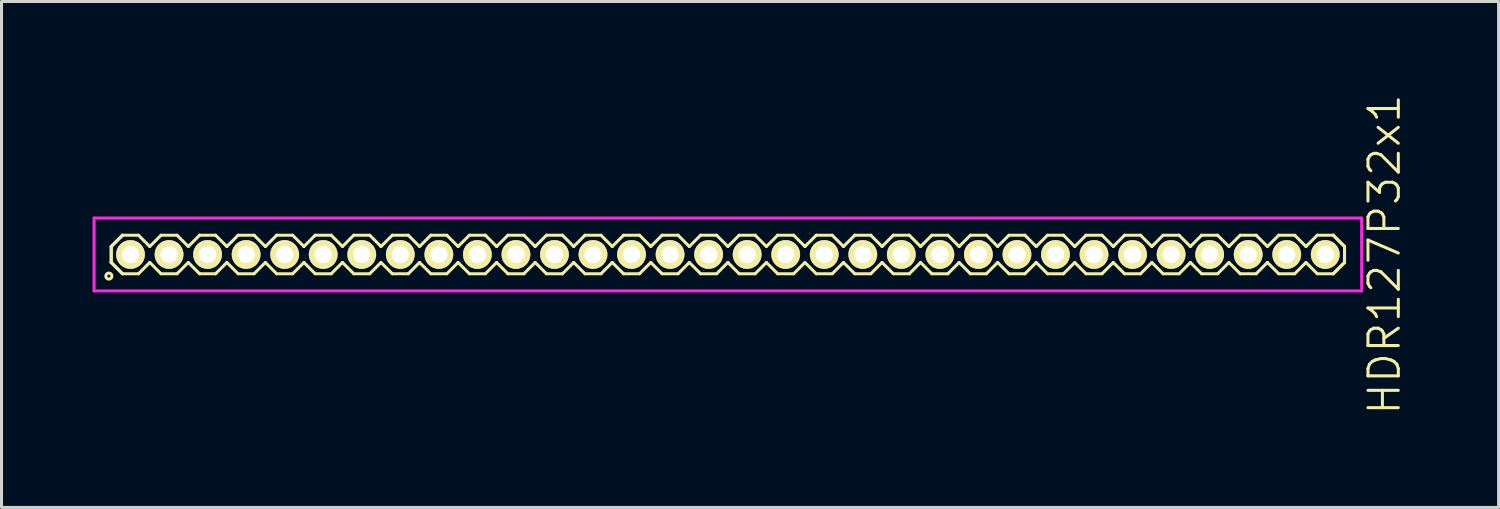
<source format=kicad_pcb>
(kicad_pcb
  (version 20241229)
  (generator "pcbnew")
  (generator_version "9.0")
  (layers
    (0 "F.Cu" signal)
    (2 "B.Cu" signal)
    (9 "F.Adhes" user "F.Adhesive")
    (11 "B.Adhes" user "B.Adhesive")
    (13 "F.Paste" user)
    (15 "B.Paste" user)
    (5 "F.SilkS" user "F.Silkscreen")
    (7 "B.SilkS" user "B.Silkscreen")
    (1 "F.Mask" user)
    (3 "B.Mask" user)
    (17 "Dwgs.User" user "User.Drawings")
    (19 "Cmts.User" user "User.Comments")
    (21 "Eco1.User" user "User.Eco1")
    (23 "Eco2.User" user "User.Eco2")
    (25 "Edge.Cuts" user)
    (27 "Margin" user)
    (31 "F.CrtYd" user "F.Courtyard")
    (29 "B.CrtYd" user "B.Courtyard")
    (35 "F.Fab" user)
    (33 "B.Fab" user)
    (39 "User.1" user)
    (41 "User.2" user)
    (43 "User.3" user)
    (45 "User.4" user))
  (footprint "HDR127P32x1"
    (layer "F.Cu")
    (at 20.935 5.336)
    (property "Reference" "HDR127P32x1" (at 21.635 0 90) (layer "F.SilkS") (effects (font (size 1 1) (thickness 0.1))))
    (attr through_hole)
    (fp_line (start -20.32 -0.263) (end -19.948 -0.635) (stroke (width 0.1) (type solid)) (layer "F.SilkS"))
    (fp_line (start -20.32 -0.263) (end -19.948 -0.635) (stroke (width 0.1) (type solid)) (layer "F.SilkS"))
    (fp_line (start -20.32 0.263) (end -20.32 -0.263) (stroke (width 0.1) (type solid)) (layer "F.SilkS"))
    (fp_line (start -20.32 0.263) (end -20.32 -0.263) (stroke (width 0.1) (type solid)) (layer "F.SilkS"))
    (fp_line (start -19.948 -0.635) (end -19.422 -0.635) (stroke (width 0.1) (type solid)) (layer "F.SilkS"))
    (fp_line (start -19.948 0.635) (end -20.32 0.263) (stroke (width 0.1) (type solid)) (layer "F.SilkS"))
    (fp_line (start -19.948 0.635) (end -20.32 0.263) (stroke (width 0.1) (type solid)) (layer "F.SilkS"))
    (fp_line (start -19.422 -0.635) (end -19.05 -0.263) (stroke (width 0.1) (type solid)) (layer "F.SilkS"))
    (fp_line (start -19.422 0.635) (end -19.948 0.635) (stroke (width 0.1) (type solid)) (layer "F.SilkS"))
    (fp_line (start -19.05 -0.263) (end -18.678 -0.635) (stroke (width 0.1) (type solid)) (layer "F.SilkS"))
    (fp_line (start -19.05 0.263) (end -19.422 0.635) (stroke (width 0.1) (type solid)) (layer "F.SilkS"))
    (fp_line (start -18.678 -0.635) (end -18.152 -0.635) (stroke (width 0.1) (type solid)) (layer "F.SilkS"))
    (fp_line (start -18.678 0.635) (end -19.05 0.263) (stroke (width 0.1) (type solid)) (layer "F.SilkS"))
    (fp_line (start -18.152 -0.635) (end -17.78 -0.263) (stroke (width 0.1) (type solid)) (layer "F.SilkS"))
    (fp_line (start -18.152 0.635) (end -18.678 0.635) (stroke (width 0.1) (type solid)) (layer "F.SilkS"))
    (fp_line (start -17.78 -0.263) (end -17.408 -0.635) (stroke (width 0.1) (type solid)) (layer "F.SilkS"))
    (fp_line (start -17.78 0.263) (end -18.152 0.635) (stroke (width 0.1) (type solid)) (layer "F.SilkS"))
    (fp_line (start -17.408 -0.635) (end -16.882 -0.635) (stroke (width 0.1) (type solid)) (layer "F.SilkS"))
    (fp_line (start -17.408 0.635) (end -17.78 0.263) (stroke (width 0.1) (type solid)) (layer "F.SilkS"))
    (fp_line (start -16.882 -0.635) (end -16.51 -0.263) (stroke (width 0.1) (type solid)) (layer "F.SilkS"))
    (fp_line (start -16.882 0.635) (end -17.408 0.635) (stroke (width 0.1) (type solid)) (layer "F.SilkS"))
    (fp_line (start -16.51 -0.263) (end -16.138 -0.635) (stroke (width 0.1) (type solid)) (layer "F.SilkS"))
    (fp_line (start -16.51 0.263) (end -16.882 0.635) (stroke (width 0.1) (type solid)) (layer "F.SilkS"))
    (fp_line (start -16.138 -0.635) (end -15.612 -0.635) (stroke (width 0.1) (type solid)) (layer "F.SilkS"))
    (fp_line (start -16.138 0.635) (end -16.51 0.263) (stroke (width 0.1) (type solid)) (layer "F.SilkS"))
    (fp_line (start -15.612 -0.635) (end -15.24 -0.263) (stroke (width 0.1) (type solid)) (layer "F.SilkS"))
    (fp_line (start -15.612 0.635) (end -16.138 0.635) (stroke (width 0.1) (type solid)) (layer "F.SilkS"))
    (fp_line (start -15.24 -0.263) (end -14.868 -0.635) (stroke (width 0.1) (type solid)) (layer "F.SilkS"))
    (fp_line (start -15.24 0.263) (end -15.612 0.635) (stroke (width 0.1) (type solid)) (layer "F.SilkS"))
    (fp_line (start -14.868 -0.635) (end -14.342 -0.635) (stroke (width 0.1) (type solid)) (layer "F.SilkS"))
    (fp_line (start -14.868 0.635) (end -15.24 0.263) (stroke (width 0.1) (type solid)) (layer "F.SilkS"))
    (fp_line (start -14.342 -0.635) (end -13.97 -0.263) (stroke (width 0.1) (type solid)) (layer "F.SilkS"))
    (fp_line (start -14.342 0.635) (end -14.868 0.635) (stroke (width 0.1) (type solid)) (layer "F.SilkS"))
    (fp_line (start -13.97 -0.263) (end -13.598 -0.635) (stroke (width 0.1) (type solid)) (layer "F.SilkS"))
    (fp_line (start -13.97 0.263) (end -14.342 0.635) (stroke (width 0.1) (type solid)) (layer "F.SilkS"))
    (fp_line (start -13.598 -0.635) (end -13.072 -0.635) (stroke (width 0.1) (type solid)) (layer "F.SilkS"))
    (fp_line (start -13.598 0.635) (end -13.97 0.263) (stroke (width 0.1) (type solid)) (layer "F.SilkS"))
    (fp_line (start -13.072 -0.635) (end -12.7 -0.263) (stroke (width 0.1) (type solid)) (layer "F.SilkS"))
    (fp_line (start -13.072 0.635) (end -13.598 0.635) (stroke (width 0.1) (type solid)) (layer "F.SilkS"))
    (fp_line (start -12.7 -0.263) (end -12.328 -0.635) (stroke (width 0.1) (type solid)) (layer "F.SilkS"))
    (fp_line (start -12.7 0.263) (end -13.072 0.635) (stroke (width 0.1) (type solid)) (layer "F.SilkS"))
    (fp_line (start -12.328 -0.635) (end -11.802 -0.635) (stroke (width 0.1) (type solid)) (layer "F.SilkS"))
    (fp_line (start -12.328 0.635) (end -12.7 0.263) (stroke (width 0.1) (type solid)) (layer "F.SilkS"))
    (fp_line (start -11.802 -0.635) (end -11.43 -0.263) (stroke (width 0.1) (type solid)) (layer "F.SilkS"))
    (fp_line (start -11.802 0.635) (end -12.328 0.635) (stroke (width 0.1) (type solid)) (layer "F.SilkS"))
    (fp_line (start -11.43 -0.263) (end -11.058 -0.635) (stroke (width 0.1) (type solid)) (layer "F.SilkS"))
    (fp_line (start -11.43 0.263) (end -11.802 0.635) (stroke (width 0.1) (type solid)) (layer "F.SilkS"))
    (fp_line (start -11.058 -0.635) (end -10.532 -0.635) (stroke (width 0.1) (type solid)) (layer "F.SilkS"))
    (fp_line (start -11.058 0.635) (end -11.43 0.263) (stroke (width 0.1) (type solid)) (layer "F.SilkS"))
    (fp_line (start -10.532 -0.635) (end -10.16 -0.263) (stroke (width 0.1) (type solid)) (layer "F.SilkS"))
    (fp_line (start -10.532 0.635) (end -11.058 0.635) (stroke (width 0.1) (type solid)) (layer "F.SilkS"))
    (fp_line (start -10.16 -0.263) (end -9.788 -0.635) (stroke (width 0.1) (type solid)) (layer "F.SilkS"))
    (fp_line (start -10.16 0.263) (end -10.532 0.635) (stroke (width 0.1) (type solid)) (layer "F.SilkS"))
    (fp_line (start -9.788 -0.635) (end -9.262 -0.635) (stroke (width 0.1) (type solid)) (layer "F.SilkS"))
    (fp_line (start -9.788 0.635) (end -10.16 0.263) (stroke (width 0.1) (type solid)) (layer "F.SilkS"))
    (fp_line (start -9.262 -0.635) (end -8.89 -0.263) (stroke (width 0.1) (type solid)) (layer "F.SilkS"))
    (fp_line (start -9.262 0.635) (end -9.788 0.635) (stroke (width 0.1) (type solid)) (layer "F.SilkS"))
    (fp_line (start -8.89 -0.263) (end -8.518 -0.635) (stroke (width 0.1) (type solid)) (layer "F.SilkS"))
    (fp_line (start -8.89 0.263) (end -9.262 0.635) (stroke (width 0.1) (type solid)) (layer "F.SilkS"))
    (fp_line (start -8.518 -0.635) (end -7.992 -0.635) (stroke (width 0.1) (type solid)) (layer "F.SilkS"))
    (fp_line (start -8.518 0.635) (end -8.89 0.263) (stroke (width 0.1) (type solid)) (layer "F.SilkS"))
    (fp_line (start -7.992 -0.635) (end -7.62 -0.263) (stroke (width 0.1) (type solid)) (layer "F.SilkS"))
    (fp_line (start -7.992 0.635) (end -8.518 0.635) (stroke (width 0.1) (type solid)) (layer "F.SilkS"))
    (fp_line (start -7.62 -0.263) (end -7.248 -0.635) (stroke (width 0.1) (type solid)) (layer "F.SilkS"))
    (fp_line (start -7.62 0.263) (end -7.992 0.635) (stroke (width 0.1) (type solid)) (layer "F.SilkS"))
    (fp_line (start -7.248 -0.635) (end -6.722 -0.635) (stroke (width 0.1) (type solid)) (layer "F.SilkS"))
    (fp_line (start -7.248 0.635) (end -7.62 0.263) (stroke (width 0.1) (type solid)) (layer "F.SilkS"))
    (fp_line (start -6.722 -0.635) (end -6.35 -0.263) (stroke (width 0.1) (type solid)) (layer "F.SilkS"))
    (fp_line (start -6.722 0.635) (end -7.248 0.635) (stroke (width 0.1) (type solid)) (layer "F.SilkS"))
    (fp_line (start -6.35 -0.263) (end -5.978 -0.635) (stroke (width 0.1) (type solid)) (layer "F.SilkS"))
    (fp_line (start -6.35 0.263) (end -6.722 0.635) (stroke (width 0.1) (type solid)) (layer "F.SilkS"))
    (fp_line (start -5.978 -0.635) (end -5.452 -0.635) (stroke (width 0.1) (type solid)) (layer "F.SilkS"))
    (fp_line (start -5.978 0.635) (end -6.35 0.263) (stroke (width 0.1) (type solid)) (layer "F.SilkS"))
    (fp_line (start -5.452 -0.635) (end -5.08 -0.263) (stroke (width 0.1) (type solid)) (layer "F.SilkS"))
    (fp_line (start -5.452 0.635) (end -5.978 0.635) (stroke (width 0.1) (type solid)) (layer "F.SilkS"))
    (fp_line (start -5.08 -0.263) (end -4.708 -0.635) (stroke (width 0.1) (type solid)) (layer "F.SilkS"))
    (fp_line (start -5.08 0.263) (end -5.452 0.635) (stroke (width 0.1) (type solid)) (layer "F.SilkS"))
    (fp_line (start -4.708 -0.635) (end -4.182 -0.635) (stroke (width 0.1) (type solid)) (layer "F.SilkS"))
    (fp_line (start -4.708 0.635) (end -5.08 0.263) (stroke (width 0.1) (type solid)) (layer "F.SilkS"))
    (fp_line (start -4.182 -0.635) (end -3.81 -0.263) (stroke (width 0.1) (type solid)) (layer "F.SilkS"))
    (fp_line (start -4.182 0.635) (end -4.708 0.635) (stroke (width 0.1) (type solid)) (layer "F.SilkS"))
    (fp_line (start -3.81 -0.263) (end -3.438 -0.635) (stroke (width 0.1) (type solid)) (layer "F.SilkS"))
    (fp_line (start -3.81 0.263) (end -4.182 0.635) (stroke (width 0.1) (type solid)) (layer "F.SilkS"))
    (fp_line (start -3.438 -0.635) (end -2.912 -0.635) (stroke (width 0.1) (type solid)) (layer "F.SilkS"))
    (fp_line (start -3.438 0.635) (end -3.81 0.263) (stroke (width 0.1) (type solid)) (layer "F.SilkS"))
    (fp_line (start -2.912 -0.635) (end -2.54 -0.263) (stroke (width 0.1) (type solid)) (layer "F.SilkS"))
    (fp_line (start -2.912 0.635) (end -3.438 0.635) (stroke (width 0.1) (type solid)) (layer "F.SilkS"))
    (fp_line (start -2.54 -0.263) (end -2.168 -0.635) (stroke (width 0.1) (type solid)) (layer "F.SilkS"))
    (fp_line (start -2.54 0.263) (end -2.912 0.635) (stroke (width 0.1) (type solid)) (layer "F.SilkS"))
    (fp_line (start -2.168 -0.635) (end -1.642 -0.635) (stroke (width 0.1) (type solid)) (layer "F.SilkS"))
    (fp_line (start -2.168 0.635) (end -2.54 0.263) (stroke (width 0.1) (type solid)) (layer "F.SilkS"))
    (fp_line (start -1.642 -0.635) (end -1.27 -0.263) (stroke (width 0.1) (type solid)) (layer "F.SilkS"))
    (fp_line (start -1.642 0.635) (end -2.168 0.635) (stroke (width 0.1) (type solid)) (layer "F.SilkS"))
    (fp_line (start -1.27 -0.263) (end -0.898 -0.635) (stroke (width 0.1) (type solid)) (layer "F.SilkS"))
    (fp_line (start -1.27 0.263) (end -1.642 0.635) (stroke (width 0.1) (type solid)) (layer "F.SilkS"))
    (fp_line (start -0.898 -0.635) (end -0.372 -0.635) (stroke (width 0.1) (type solid)) (layer "F.SilkS"))
    (fp_line (start -0.898 0.635) (end -1.27 0.263) (stroke (width 0.1) (type solid)) (layer "F.SilkS"))
    (fp_line (start -0.372 -0.635) (end 0 -0.263) (stroke (width 0.1) (type solid)) (layer "F.SilkS"))
    (fp_line (start -0.372 0.635) (end -0.898 0.635) (stroke (width 0.1) (type solid)) (layer "F.SilkS"))
    (fp_line (start 0 -0.263) (end 0.372 -0.635) (stroke (width 0.1) (type solid)) (layer "F.SilkS"))
    (fp_line (start 0 0.263) (end -0.372 0.635) (stroke (width 0.1) (type solid)) (layer "F.SilkS"))
    (fp_line (start 0.372 -0.635) (end 0.898 -0.635) (stroke (width 0.1) (type solid)) (layer "F.SilkS"))
    (fp_line (start 0.372 0.635) (end 0 0.263) (stroke (width 0.1) (type solid)) (layer "F.SilkS"))
    (fp_line (start 0.898 -0.635) (end 1.27 -0.263) (stroke (width 0.1) (type solid)) (layer "F.SilkS"))
    (fp_line (start 0.898 0.635) (end 0.372 0.635) (stroke (width 0.1) (type solid)) (layer "F.SilkS"))
    (fp_line (start 1.27 -0.263) (end 1.642 -0.635) (stroke (width 0.1) (type solid)) (layer "F.SilkS"))
    (fp_line (start 1.27 0.263) (end 0.898 0.635) (stroke (width 0.1) (type solid)) (layer "F.SilkS"))
    (fp_line (start 1.642 -0.635) (end 2.168 -0.635) (stroke (width 0.1) (type solid)) (layer "F.SilkS"))
    (fp_line (start 1.642 0.635) (end 1.27 0.263) (stroke (width 0.1) (type solid)) (layer "F.SilkS"))
    (fp_line (start 2.168 -0.635) (end 2.54 -0.263) (stroke (width 0.1) (type solid)) (layer "F.SilkS"))
    (fp_line (start 2.168 0.635) (end 1.642 0.635) (stroke (width 0.1) (type solid)) (layer "F.SilkS"))
    (fp_line (start 2.54 -0.263) (end 2.912 -0.635) (stroke (width 0.1) (type solid)) (layer "F.SilkS"))
    (fp_line (start 2.54 0.263) (end 2.168 0.635) (stroke (width 0.1) (type solid)) (layer "F.SilkS"))
    (fp_line (start 2.912 -0.635) (end 3.438 -0.635) (stroke (width 0.1) (type solid)) (layer "F.SilkS"))
    (fp_line (start 2.912 0.635) (end 2.54 0.263) (stroke (width 0.1) (type solid)) (layer "F.SilkS"))
    (fp_line (start 3.438 -0.635) (end 3.81 -0.263) (stroke (width 0.1) (type solid)) (layer "F.SilkS"))
    (fp_line (start 3.438 0.635) (end 2.912 0.635) (stroke (width 0.1) (type solid)) (layer "F.SilkS"))
    (fp_line (start 3.81 -0.263) (end 4.182 -0.635) (stroke (width 0.1) (type solid)) (layer "F.SilkS"))
    (fp_line (start 3.81 0.263) (end 3.438 0.635) (stroke (width 0.1) (type solid)) (layer "F.SilkS"))
    (fp_line (start 4.182 -0.635) (end 4.708 -0.635) (stroke (width 0.1) (type solid)) (layer "F.SilkS"))
    (fp_line (start 4.182 0.635) (end 3.81 0.263) (stroke (width 0.1) (type solid)) (layer "F.SilkS"))
    (fp_line (start 4.708 -0.635) (end 5.08 -0.263) (stroke (width 0.1) (type solid)) (layer "F.SilkS"))
    (fp_line (start 4.708 0.635) (end 4.182 0.635) (stroke (width 0.1) (type solid)) (layer "F.SilkS"))
    (fp_line (start 5.08 -0.263) (end 5.452 -0.635) (stroke (width 0.1) (type solid)) (layer "F.SilkS"))
    (fp_line (start 5.08 0.263) (end 4.708 0.635) (stroke (width 0.1) (type solid)) (layer "F.SilkS"))
    (fp_line (start 5.452 -0.635) (end 5.978 -0.635) (stroke (width 0.1) (type solid)) (layer "F.SilkS"))
    (fp_line (start 5.452 0.635) (end 5.08 0.263) (stroke (width 0.1) (type solid)) (layer "F.SilkS"))
    (fp_line (start 5.978 -0.635) (end 6.35 -0.263) (stroke (width 0.1) (type solid)) (layer "F.SilkS"))
    (fp_line (start 5.978 0.635) (end 5.452 0.635) (stroke (width 0.1) (type solid)) (layer "F.SilkS"))
    (fp_line (start 6.35 -0.263) (end 6.722 -0.635) (stroke (width 0.1) (type solid)) (layer "F.SilkS"))
    (fp_line (start 6.35 0.263) (end 5.978 0.635) (stroke (width 0.1) (type solid)) (layer "F.SilkS"))
    (fp_line (start 6.722 -0.635) (end 7.248 -0.635) (stroke (width 0.1) (type solid)) (layer "F.SilkS"))
    (fp_line (start 6.722 0.635) (end 6.35 0.263) (stroke (width 0.1) (type solid)) (layer "F.SilkS"))
    (fp_line (start 7.248 -0.635) (end 7.62 -0.263) (stroke (width 0.1) (type solid)) (layer "F.SilkS"))
    (fp_line (start 7.248 0.635) (end 6.722 0.635) (stroke (width 0.1) (type solid)) (layer "F.SilkS"))
    (fp_line (start 7.62 -0.263) (end 7.992 -0.635) (stroke (width 0.1) (type solid)) (layer "F.SilkS"))
    (fp_line (start 7.62 0.263) (end 7.248 0.635) (stroke (width 0.1) (type solid)) (layer "F.SilkS"))
    (fp_line (start 7.992 -0.635) (end 8.518 -0.635) (stroke (width 0.1) (type solid)) (layer "F.SilkS"))
    (fp_line (start 7.992 0.635) (end 7.62 0.263) (stroke (width 0.1) (type solid)) (layer "F.SilkS"))
    (fp_line (start 8.518 -0.635) (end 8.89 -0.263) (stroke (width 0.1) (type solid)) (layer "F.SilkS"))
    (fp_line (start 8.518 0.635) (end 7.992 0.635) (stroke (width 0.1) (type solid)) (layer "F.SilkS"))
    (fp_line (start 8.89 -0.263) (end 9.262 -0.635) (stroke (width 0.1) (type solid)) (layer "F.SilkS"))
    (fp_line (start 8.89 0.263) (end 8.518 0.635) (stroke (width 0.1) (type solid)) (layer "F.SilkS"))
    (fp_line (start 9.262 -0.635) (end 9.788 -0.635) (stroke (width 0.1) (type solid)) (layer "F.SilkS"))
    (fp_line (start 9.262 0.635) (end 8.89 0.263) (stroke (width 0.1) (type solid)) (layer "F.SilkS"))
    (fp_line (start 9.788 -0.635) (end 10.16 -0.263) (stroke (width 0.1) (type solid)) (layer "F.SilkS"))
    (fp_line (start 9.788 0.635) (end 9.262 0.635) (stroke (width 0.1) (type solid)) (layer "F.SilkS"))
    (fp_line (start 10.16 -0.263) (end 10.532 -0.635) (stroke (width 0.1) (type solid)) (layer "F.SilkS"))
    (fp_line (start 10.16 0.263) (end 9.788 0.635) (stroke (width 0.1) (type solid)) (layer "F.SilkS"))
    (fp_line (start 10.532 -0.635) (end 11.058 -0.635) (stroke (width 0.1) (type solid)) (layer "F.SilkS"))
    (fp_line (start 10.532 0.635) (end 10.16 0.263) (stroke (width 0.1) (type solid)) (layer "F.SilkS"))
    (fp_line (start 11.058 -0.635) (end 11.43 -0.263) (stroke (width 0.1) (type solid)) (layer "F.SilkS"))
    (fp_line (start 11.058 0.635) (end 10.532 0.635) (stroke (width 0.1) (type solid)) (layer "F.SilkS"))
    (fp_line (start 11.43 -0.263) (end 11.802 -0.635) (stroke (width 0.1) (type solid)) (layer "F.SilkS"))
    (fp_line (start 11.43 0.263) (end 11.058 0.635) (stroke (width 0.1) (type solid)) (layer "F.SilkS"))
    (fp_line (start 11.802 -0.635) (end 12.328 -0.635) (stroke (width 0.1) (type solid)) (layer "F.SilkS"))
    (fp_line (start 11.802 0.635) (end 11.43 0.263) (stroke (width 0.1) (type solid)) (layer "F.SilkS"))
    (fp_line (start 12.328 -0.635) (end 12.7 -0.263) (stroke (width 0.1) (type solid)) (layer "F.SilkS"))
    (fp_line (start 12.328 0.635) (end 11.802 0.635) (stroke (width 0.1) (type solid)) (layer "F.SilkS"))
    (fp_line (start 12.7 -0.263) (end 13.072 -0.635) (stroke (width 0.1) (type solid)) (layer "F.SilkS"))
    (fp_line (start 12.7 0.263) (end 12.328 0.635) (stroke (width 0.1) (type solid)) (layer "F.SilkS"))
    (fp_line (start 13.072 -0.635) (end 13.598 -0.635) (stroke (width 0.1) (type solid)) (layer "F.SilkS"))
    (fp_line (start 13.072 0.635) (end 12.7 0.263) (stroke (width 0.1) (type solid)) (layer "F.SilkS"))
    (fp_line (start 13.598 -0.635) (end 13.97 -0.263) (stroke (width 0.1) (type solid)) (layer "F.SilkS"))
    (fp_line (start 13.598 0.635) (end 13.072 0.635) (stroke (width 0.1) (type solid)) (layer "F.SilkS"))
    (fp_line (start 13.97 -0.263) (end 14.342 -0.635) (stroke (width 0.1) (type solid)) (layer "F.SilkS"))
    (fp_line (start 13.97 0.263) (end 13.598 0.635) (stroke (width 0.1) (type solid)) (layer "F.SilkS"))
    (fp_line (start 14.342 -0.635) (end 14.868 -0.635) (stroke (width 0.1) (type solid)) (layer "F.SilkS"))
    (fp_line (start 14.342 0.635) (end 13.97 0.263) (stroke (width 0.1) (type solid)) (layer "F.SilkS"))
    (fp_line (start 14.868 -0.635) (end 15.24 -0.263) (stroke (width 0.1) (type solid)) (layer "F.SilkS"))
    (fp_line (start 14.868 0.635) (end 14.342 0.635) (stroke (width 0.1) (type solid)) (layer "F.SilkS"))
    (fp_line (start 15.24 -0.263) (end 15.612 -0.635) (stroke (width 0.1) (type solid)) (layer "F.SilkS"))
    (fp_line (start 15.24 0.263) (end 14.868 0.635) (stroke (width 0.1) (type solid)) (layer "F.SilkS"))
    (fp_line (start 15.612 -0.635) (end 16.138 -0.635) (stroke (width 0.1) (type solid)) (layer "F.SilkS"))
    (fp_line (start 15.612 0.635) (end 15.24 0.263) (stroke (width 0.1) (type solid)) (layer "F.SilkS"))
    (fp_line (start 16.138 -0.635) (end 16.51 -0.263) (stroke (width 0.1) (type solid)) (layer "F.SilkS"))
    (fp_line (start 16.138 0.635) (end 15.612 0.635) (stroke (width 0.1) (type solid)) (layer "F.SilkS"))
    (fp_line (start 16.51 -0.263) (end 16.882 -0.635) (stroke (width 0.1) (type solid)) (layer "F.SilkS"))
    (fp_line (start 16.51 0.263) (end 16.138 0.635) (stroke (width 0.1) (type solid)) (layer "F.SilkS"))
    (fp_line (start 16.882 -0.635) (end 17.408 -0.635) (stroke (width 0.1) (type solid)) (layer "F.SilkS"))
    (fp_line (start 16.882 0.635) (end 16.51 0.263) (stroke (width 0.1) (type solid)) (layer "F.SilkS"))
    (fp_line (start 17.408 -0.635) (end 17.78 -0.263) (stroke (width 0.1) (type solid)) (layer "F.SilkS"))
    (fp_line (start 17.408 0.635) (end 16.882 0.635) (stroke (width 0.1) (type solid)) (layer "F.SilkS"))
    (fp_line (start 17.78 -0.263) (end 18.152 -0.635) (stroke (width 0.1) (type solid)) (layer "F.SilkS"))
    (fp_line (start 17.78 0.263) (end 17.408 0.635) (stroke (width 0.1) (type solid)) (layer "F.SilkS"))
    (fp_line (start 18.152 -0.635) (end 18.678 -0.635) (stroke (width 0.1) (type solid)) (layer "F.SilkS"))
    (fp_line (start 18.152 0.635) (end 17.78 0.263) (stroke (width 0.1) (type solid)) (layer "F.SilkS"))
    (fp_line (start 18.678 -0.635) (end 19.05 -0.263) (stroke (width 0.1) (type solid)) (layer "F.SilkS"))
    (fp_line (start 18.678 0.635) (end 18.152 0.635) (stroke (width 0.1) (type solid)) (layer "F.SilkS"))
    (fp_line (start 19.05 -0.263) (end 19.422 -0.635) (stroke (width 0.1) (type solid)) (layer "F.SilkS"))
    (fp_line (start 19.05 0.263) (end 18.678 0.635) (stroke (width 0.1) (type solid)) (layer "F.SilkS"))
    (fp_line (start 19.422 -0.635) (end 19.948 -0.635) (stroke (width 0.1) (type solid)) (layer "F.SilkS"))
    (fp_line (start 19.422 0.635) (end 19.05 0.263) (stroke (width 0.1) (type solid)) (layer "F.SilkS"))
    (fp_line (start 19.948 -0.635) (end 20.32 -0.263) (stroke (width 0.1) (type solid)) (layer "F.SilkS"))
    (fp_line (start 19.948 -0.635) (end 20.32 -0.263) (stroke (width 0.1) (type solid)) (layer "F.SilkS"))
    (fp_line (start 19.948 0.635) (end 19.422 0.635) (stroke (width 0.1) (type solid)) (layer "F.SilkS"))
    (fp_line (start 20.32 -0.263) (end 20.32 0.263) (stroke (width 0.1) (type solid)) (layer "F.SilkS"))
    (fp_line (start 20.32 -0.263) (end 20.32 0.263) (stroke (width 0.1) (type solid)) (layer "F.SilkS"))
    (fp_line (start 20.32 0.263) (end 19.948 0.635) (stroke (width 0.1) (type solid)) (layer "F.SilkS"))
    (fp_line (start 20.32 0.263) (end 19.948 0.635) (stroke (width 0.1) (type solid)) (layer "F.SilkS"))
    (fp_circle (center -20.398 0.712) (end -20.298 0.712) (stroke (width 0.1) (type solid)) (fill no) (layer "F.SilkS"))
    (fp_line (start -20.885 -1.2) (end -20.885 1.2) (stroke (width 0.1) (type solid)) (layer "F.CrtYd"))
    (fp_line (start -20.885 1.2) (end 20.885 1.2) (stroke (width 0.1) (type solid)) (layer "F.CrtYd"))
    (fp_line (start 20.885 -1.2) (end -20.885 -1.2) (stroke (width 0.1) (type solid)) (layer "F.CrtYd"))
    (fp_line (start 20.885 1.2) (end 20.885 -1.2) (stroke (width 0.1) (type solid)) (layer "F.CrtYd"))
    (pad "1" thru_hole oval (at -19.685 0) (size 0.95 0.95) (drill 0.57) (layers "*.Cu" "*.Mask" "F.SilkS"))
    (pad "2" thru_hole oval (at -18.415 0) (size 0.95 0.95) (drill 0.57) (layers "*.Cu" "*.Mask" "F.SilkS"))
    (pad "3" thru_hole oval (at -17.145 0) (size 0.95 0.95) (drill 0.57) (layers "*.Cu" "*.Mask" "F.SilkS"))
    (pad "4" thru_hole oval (at -15.875 0) (size 0.95 0.95) (drill 0.57) (layers "*.Cu" "*.Mask" "F.SilkS"))
    (pad "5" thru_hole oval (at -14.605 0) (size 0.95 0.95) (drill 0.57) (layers "*.Cu" "*.Mask" "F.SilkS"))
    (pad "6" thru_hole oval (at -13.335 0) (size 0.95 0.95) (drill 0.57) (layers "*.Cu" "*.Mask" "F.SilkS"))
    (pad "7" thru_hole oval (at -12.065 0) (size 0.95 0.95) (drill 0.57) (layers "*.Cu" "*.Mask" "F.SilkS"))
    (pad "8" thru_hole oval (at -10.795 0) (size 0.95 0.95) (drill 0.57) (layers "*.Cu" "*.Mask" "F.SilkS"))
    (pad "9" thru_hole oval (at -9.525 0) (size 0.95 0.95) (drill 0.57) (layers "*.Cu" "*.Mask" "F.SilkS"))
    (pad "10" thru_hole oval (at -8.255 0) (size 0.95 0.95) (drill 0.57) (layers "*.Cu" "*.Mask" "F.SilkS"))
    (pad "11" thru_hole oval (at -6.985 0) (size 0.95 0.95) (drill 0.57) (layers "*.Cu" "*.Mask" "F.SilkS"))
    (pad "12" thru_hole oval (at -5.715 0) (size 0.95 0.95) (drill 0.57) (layers "*.Cu" "*.Mask" "F.SilkS"))
    (pad "13" thru_hole oval (at -4.445 0) (size 0.95 0.95) (drill 0.57) (layers "*.Cu" "*.Mask" "F.SilkS"))
    (pad "14" thru_hole oval (at -3.175 0) (size 0.95 0.95) (drill 0.57) (layers "*.Cu" "*.Mask" "F.SilkS"))
    (pad "15" thru_hole oval (at -1.905 0) (size 0.95 0.95) (drill 0.57) (layers "*.Cu" "*.Mask" "F.SilkS"))
    (pad "16" thru_hole oval (at -0.635 0) (size 0.95 0.95) (drill 0.57) (layers "*.Cu" "*.Mask" "F.SilkS"))
    (pad "17" thru_hole oval (at 0.635 0) (size 0.95 0.95) (drill 0.57) (layers "*.Cu" "*.Mask" "F.SilkS"))
    (pad "18" thru_hole oval (at 1.905 0) (size 0.95 0.95) (drill 0.57) (layers "*.Cu" "*.Mask" "F.SilkS"))
    (pad "19" thru_hole oval (at 3.175 0) (size 0.95 0.95) (drill 0.57) (layers "*.Cu" "*.Mask" "F.SilkS"))
    (pad "20" thru_hole oval (at 4.445 0) (size 0.95 0.95) (drill 0.57) (layers "*.Cu" "*.Mask" "F.SilkS"))
    (pad "21" thru_hole oval (at 5.715 0) (size 0.95 0.95) (drill 0.57) (layers "*.Cu" "*.Mask" "F.SilkS"))
    (pad "22" thru_hole oval (at 6.985 0) (size 0.95 0.95) (drill 0.57) (layers "*.Cu" "*.Mask" "F.SilkS"))
    (pad "23" thru_hole oval (at 8.255 0) (size 0.95 0.95) (drill 0.57) (layers "*.Cu" "*.Mask" "F.SilkS"))
    (pad "24" thru_hole oval (at 9.525 0) (size 0.95 0.95) (drill 0.57) (layers "*.Cu" "*.Mask" "F.SilkS"))
    (pad "25" thru_hole oval (at 10.795 0) (size 0.95 0.95) (drill 0.57) (layers "*.Cu" "*.Mask" "F.SilkS"))
    (pad "26" thru_hole oval (at 12.065 0) (size 0.95 0.95) (drill 0.57) (layers "*.Cu" "*.Mask" "F.SilkS"))
    (pad "27" thru_hole oval (at 13.335 0) (size 0.95 0.95) (drill 0.57) (layers "*.Cu" "*.Mask" "F.SilkS"))
    (pad "28" thru_hole oval (at 14.605 0) (size 0.95 0.95) (drill 0.57) (layers "*.Cu" "*.Mask" "F.SilkS"))
    (pad "29" thru_hole oval (at 15.875 0) (size 0.95 0.95) (drill 0.57) (layers "*.Cu" "*.Mask" "F.SilkS"))
    (pad "30" thru_hole oval (at 17.145 0) (size 0.95 0.95) (drill 0.57) (layers "*.Cu" "*.Mask" "F.SilkS"))
    (pad "31" thru_hole oval (at 18.415 0) (size 0.95 0.95) (drill 0.57) (layers "*.Cu" "*.Mask" "F.SilkS"))
    (pad "32" thru_hole oval (at 19.685 0) (size 0.95 0.95) (drill 0.57) (layers "*.Cu" "*.Mask" "F.SilkS")))
  (gr_rect
    (start -3 -3)
    (end 46.331 13.671)
    (stroke (width 0.1) (type default))
    (fill no)
    (layer "Edge.Cuts")))
</source>
